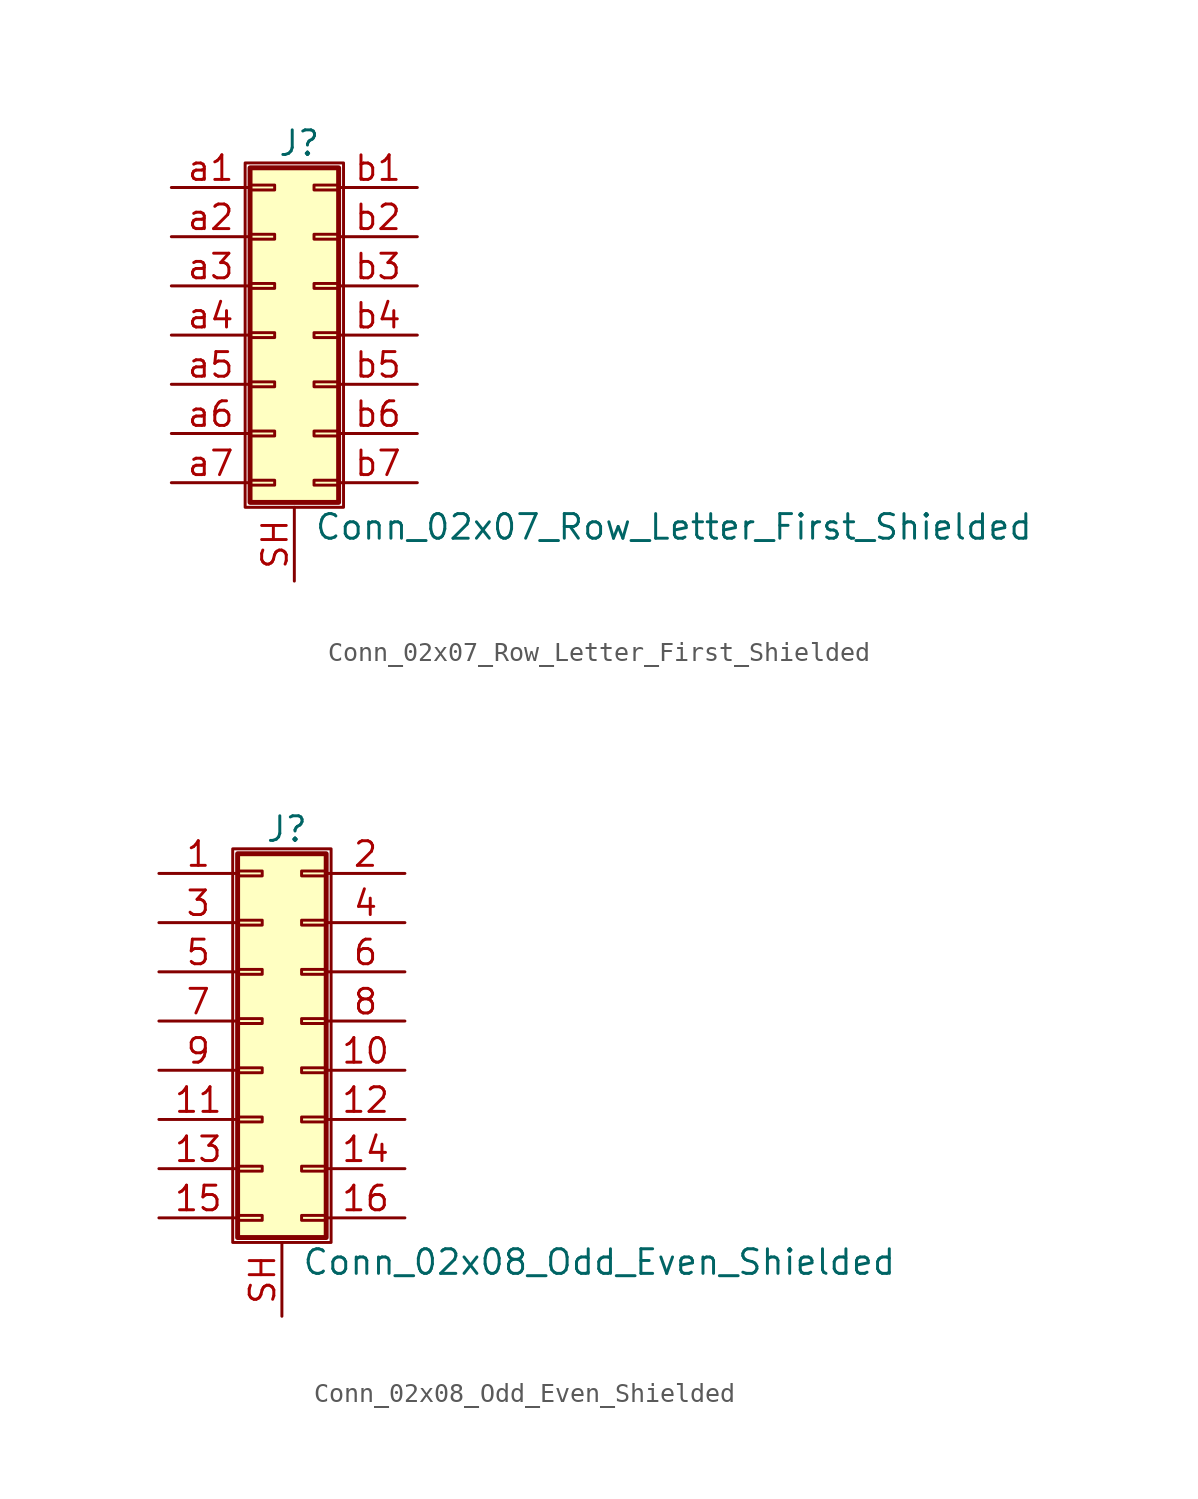
<source format=kicad_sym>
(kicad_symbol_lib
  (version 20211014)
  (generator kicad_symbol_editor)
  (symbol "Conn_02x07_Row_Letter_First_Shielded"
    (pin_names
      (offset 1.016) hide)
    (property "Reference" "J"
      (at 1.524 9.906 0)
      (effects (font (size 1.27 1.27))))
    (property "Value" "Conn_02x07_Row_Letter_First_Shielded"
      (at 2.286 -9.906 0)
      (effects (font (size 1.27 1.27)) (justify left)))
    (symbol "Conn_02x07_Row_Letter_First_Shielded_1_1"
      (rectangle (start -1.27 8.89) (end 3.81 -8.89) (stroke (width 0.152) (type default) (color 0 0 0 0)) (fill (type none)))
      (rectangle (start -1.016 -7.493) (end 0.254 -7.747) (stroke (width 0.152) (type default) (color 0 0 0 0)) (fill (type none)))
      (rectangle (start -1.016 -4.953) (end 0.254 -5.207) (stroke (width 0.152) (type default) (color 0 0 0 0)) (fill (type none)))
      (rectangle (start -1.016 -2.413) (end 0.254 -2.667) (stroke (width 0.152) (type default) (color 0 0 0 0)) (fill (type none)))
      (rectangle (start -1.016 0.127) (end 0.254 -0.127) (stroke (width 0.152) (type default) (color 0 0 0 0)) (fill (type none)))
      (rectangle (start -1.016 2.667) (end 0.254 2.413) (stroke (width 0.152) (type default) (color 0 0 0 0)) (fill (type none)))
      (rectangle (start -1.016 5.207) (end 0.254 4.953) (stroke (width 0.152) (type default) (color 0 0 0 0)) (fill (type none)))
      (rectangle (start -1.016 7.747) (end 0.254 7.493) (stroke (width 0.152) (type default) (color 0 0 0 0)) (fill (type none)))
      (rectangle (start -1.016 8.636) (end 3.556 -8.636) (stroke (width 0.254) (type default) (color 0 0 0 0)) (fill (type background)))
      (rectangle (start 3.556 -7.493) (end 2.286 -7.747) (stroke (width 0.152) (type default) (color 0 0 0 0)) (fill (type none)))
      (rectangle (start 3.556 -4.953) (end 2.286 -5.207) (stroke (width 0.152) (type default) (color 0 0 0 0)) (fill (type none)))
      (rectangle (start 3.556 -2.413) (end 2.286 -2.667) (stroke (width 0.152) (type default) (color 0 0 0 0)) (fill (type none)))
      (rectangle (start 3.556 0.127) (end 2.286 -0.127) (stroke (width 0.152) (type default) (color 0 0 0 0)) (fill (type none)))
      (rectangle (start 3.556 2.667) (end 2.286 2.413) (stroke (width 0.152) (type default) (color 0 0 0 0)) (fill (type none)))
      (rectangle (start 3.556 5.207) (end 2.286 4.953) (stroke (width 0.152) (type default) (color 0 0 0 0)) (fill (type none)))
      (rectangle (start 3.556 7.747) (end 2.286 7.493) (stroke (width 0.152) (type default) (color 0 0 0 0)) (fill (type none)))
      (pin passive line (at 1.27 -12.7 90) (length 3.81) (name "Shield" (effects (font (size 1.27 1.27)))) (number "SH" (effects (font (size 1.27 1.27)))))
      (pin passive line (at -5.08 7.62 0) (length 4.064) (name "Pin_a1" (effects (font (size 1.27 1.27)))) (number "a1" (effects (font (size 1.27 1.27)))))
      (pin passive line (at -5.08 5.08 0) (length 4.064) (name "Pin_a2" (effects (font (size 1.27 1.27)))) (number "a2" (effects (font (size 1.27 1.27)))))
      (pin passive line (at -5.08 2.54 0) (length 4.064) (name "Pin_a3" (effects (font (size 1.27 1.27)))) (number "a3" (effects (font (size 1.27 1.27)))))
      (pin passive line (at -5.08 0 0) (length 4.064) (name "Pin_a4" (effects (font (size 1.27 1.27)))) (number "a4" (effects (font (size 1.27 1.27)))))
      (pin passive line (at -5.08 -2.54 0) (length 4.064) (name "Pin_a5" (effects (font (size 1.27 1.27)))) (number "a5" (effects (font (size 1.27 1.27)))))
      (pin passive line (at -5.08 -5.08 0) (length 4.064) (name "Pin_a6" (effects (font (size 1.27 1.27)))) (number "a6" (effects (font (size 1.27 1.27)))))
      (pin passive line (at -5.08 -7.62 0) (length 4.064) (name "Pin_a7" (effects (font (size 1.27 1.27)))) (number "a7" (effects (font (size 1.27 1.27)))))
      (pin passive line (at 7.62 7.62 180) (length 4.064) (name "Pin_b1" (effects (font (size 1.27 1.27)))) (number "b1" (effects (font (size 1.27 1.27)))))
      (pin passive line (at 7.62 5.08 180) (length 4.064) (name "Pin_b2" (effects (font (size 1.27 1.27)))) (number "b2" (effects (font (size 1.27 1.27)))))
      (pin passive line (at 7.62 2.54 180) (length 4.064) (name "Pin_b3" (effects (font (size 1.27 1.27)))) (number "b3" (effects (font (size 1.27 1.27)))))
      (pin passive line (at 7.62 0 180) (length 4.064) (name "Pin_b4" (effects (font (size 1.27 1.27)))) (number "b4" (effects (font (size 1.27 1.27)))))
      (pin passive line (at 7.62 -2.54 180) (length 4.064) (name "Pin_b5" (effects (font (size 1.27 1.27)))) (number "b5" (effects (font (size 1.27 1.27)))))
      (pin passive line (at 7.62 -5.08 180) (length 4.064) (name "Pin_b6" (effects (font (size 1.27 1.27)))) (number "b6" (effects (font (size 1.27 1.27)))))
      (pin passive line (at 7.62 -7.62 180) (length 4.064) (name "Pin_b7" (effects (font (size 1.27 1.27)))) (number "b7" (effects (font (size 1.27 1.27)))))))
  (symbol "Conn_02x08_Odd_Even_Shielded"
    (pin_names
      (offset 1.016) hide)
    (property "Reference" "J"
      (at 1.524 9.906 0)
      (effects (font (size 1.27 1.27))))
    (property "Value" "Conn_02x08_Odd_Even_Shielded"
      (at 2.286 -12.446 0)
      (effects (font (size 1.27 1.27)) (justify left)))
    (symbol "Conn_02x08_Odd_Even_Shielded_1_1"
      (rectangle (start -1.27 8.89) (end 3.81 -11.43) (stroke (width 0.152) (type default) (color 0 0 0 0)) (fill (type none)))
      (rectangle (start -1.016 -10.033) (end 0.254 -10.287) (stroke (width 0.152) (type default) (color 0 0 0 0)) (fill (type none)))
      (rectangle (start -1.016 -7.493) (end 0.254 -7.747) (stroke (width 0.152) (type default) (color 0 0 0 0)) (fill (type none)))
      (rectangle (start -1.016 -4.953) (end 0.254 -5.207) (stroke (width 0.152) (type default) (color 0 0 0 0)) (fill (type none)))
      (rectangle (start -1.016 -2.413) (end 0.254 -2.667) (stroke (width 0.152) (type default) (color 0 0 0 0)) (fill (type none)))
      (rectangle (start -1.016 0.127) (end 0.254 -0.127) (stroke (width 0.152) (type default) (color 0 0 0 0)) (fill (type none)))
      (rectangle (start -1.016 2.667) (end 0.254 2.413) (stroke (width 0.152) (type default) (color 0 0 0 0)) (fill (type none)))
      (rectangle (start -1.016 5.207) (end 0.254 4.953) (stroke (width 0.152) (type default) (color 0 0 0 0)) (fill (type none)))
      (rectangle (start -1.016 7.747) (end 0.254 7.493) (stroke (width 0.152) (type default) (color 0 0 0 0)) (fill (type none)))
      (rectangle (start -1.016 8.636) (end 3.556 -11.176) (stroke (width 0.254) (type default) (color 0 0 0 0)) (fill (type background)))
      (rectangle (start 3.556 -10.033) (end 2.286 -10.287) (stroke (width 0.152) (type default) (color 0 0 0 0)) (fill (type none)))
      (rectangle (start 3.556 -7.493) (end 2.286 -7.747) (stroke (width 0.152) (type default) (color 0 0 0 0)) (fill (type none)))
      (rectangle (start 3.556 -4.953) (end 2.286 -5.207) (stroke (width 0.152) (type default) (color 0 0 0 0)) (fill (type none)))
      (rectangle (start 3.556 -2.413) (end 2.286 -2.667) (stroke (width 0.152) (type default) (color 0 0 0 0)) (fill (type none)))
      (rectangle (start 3.556 0.127) (end 2.286 -0.127) (stroke (width 0.152) (type default) (color 0 0 0 0)) (fill (type none)))
      (rectangle (start 3.556 2.667) (end 2.286 2.413) (stroke (width 0.152) (type default) (color 0 0 0 0)) (fill (type none)))
      (rectangle (start 3.556 5.207) (end 2.286 4.953) (stroke (width 0.152) (type default) (color 0 0 0 0)) (fill (type none)))
      (rectangle (start 3.556 7.747) (end 2.286 7.493) (stroke (width 0.152) (type default) (color 0 0 0 0)) (fill (type none)))
      (pin passive line (at -5.08 7.62 0) (length 4.064) (name "Pin_1" (effects (font (size 1.27 1.27)))) (number "1" (effects (font (size 1.27 1.27)))))
      (pin passive line (at 7.62 -2.54 180) (length 4.064) (name "Pin_10" (effects (font (size 1.27 1.27)))) (number "10" (effects (font (size 1.27 1.27)))))
      (pin passive line (at -5.08 -5.08 0) (length 4.064) (name "Pin_11" (effects (font (size 1.27 1.27)))) (number "11" (effects (font (size 1.27 1.27)))))
      (pin passive line (at 7.62 -5.08 180) (length 4.064) (name "Pin_12" (effects (font (size 1.27 1.27)))) (number "12" (effects (font (size 1.27 1.27)))))
      (pin passive line (at -5.08 -7.62 0) (length 4.064) (name "Pin_13" (effects (font (size 1.27 1.27)))) (number "13" (effects (font (size 1.27 1.27)))))
      (pin passive line (at 7.62 -7.62 180) (length 4.064) (name "Pin_14" (effects (font (size 1.27 1.27)))) (number "14" (effects (font (size 1.27 1.27)))))
      (pin passive line (at -5.08 -10.16 0) (length 4.064) (name "Pin_15" (effects (font (size 1.27 1.27)))) (number "15" (effects (font (size 1.27 1.27)))))
      (pin passive line (at 7.62 -10.16 180) (length 4.064) (name "Pin_16" (effects (font (size 1.27 1.27)))) (number "16" (effects (font (size 1.27 1.27)))))
      (pin passive line (at 7.62 7.62 180) (length 4.064) (name "Pin_2" (effects (font (size 1.27 1.27)))) (number "2" (effects (font (size 1.27 1.27)))))
      (pin passive line (at -5.08 5.08 0) (length 4.064) (name "Pin_3" (effects (font (size 1.27 1.27)))) (number "3" (effects (font (size 1.27 1.27)))))
      (pin passive line (at 7.62 5.08 180) (length 4.064) (name "Pin_4" (effects (font (size 1.27 1.27)))) (number "4" (effects (font (size 1.27 1.27)))))
      (pin passive line (at -5.08 2.54 0) (length 4.064) (name "Pin_5" (effects (font (size 1.27 1.27)))) (number "5" (effects (font (size 1.27 1.27)))))
      (pin passive line (at 7.62 2.54 180) (length 4.064) (name "Pin_6" (effects (font (size 1.27 1.27)))) (number "6" (effects (font (size 1.27 1.27)))))
      (pin passive line (at -5.08 0 0) (length 4.064) (name "Pin_7" (effects (font (size 1.27 1.27)))) (number "7" (effects (font (size 1.27 1.27)))))
      (pin passive line (at 7.62 0 180) (length 4.064) (name "Pin_8" (effects (font (size 1.27 1.27)))) (number "8" (effects (font (size 1.27 1.27)))))
      (pin passive line (at -5.08 -2.54 0) (length 4.064) (name "Pin_9" (effects (font (size 1.27 1.27)))) (number "9" (effects (font (size 1.27 1.27)))))
      (pin passive line (at 1.27 -15.24 90) (length 3.81) (name "Shield" (effects (font (size 1.27 1.27)))) (number "SH" (effects (font (size 1.27 1.27))))))))
</source>
